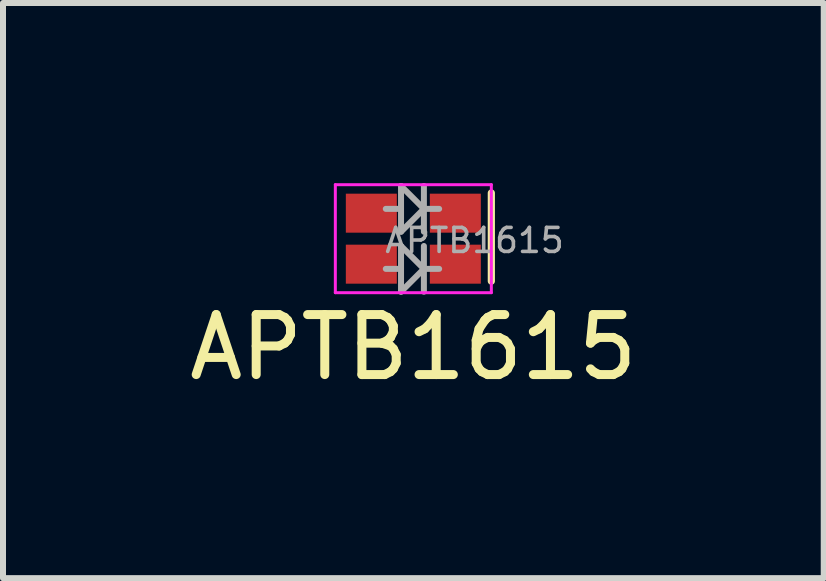
<source format=kicad_pcb>
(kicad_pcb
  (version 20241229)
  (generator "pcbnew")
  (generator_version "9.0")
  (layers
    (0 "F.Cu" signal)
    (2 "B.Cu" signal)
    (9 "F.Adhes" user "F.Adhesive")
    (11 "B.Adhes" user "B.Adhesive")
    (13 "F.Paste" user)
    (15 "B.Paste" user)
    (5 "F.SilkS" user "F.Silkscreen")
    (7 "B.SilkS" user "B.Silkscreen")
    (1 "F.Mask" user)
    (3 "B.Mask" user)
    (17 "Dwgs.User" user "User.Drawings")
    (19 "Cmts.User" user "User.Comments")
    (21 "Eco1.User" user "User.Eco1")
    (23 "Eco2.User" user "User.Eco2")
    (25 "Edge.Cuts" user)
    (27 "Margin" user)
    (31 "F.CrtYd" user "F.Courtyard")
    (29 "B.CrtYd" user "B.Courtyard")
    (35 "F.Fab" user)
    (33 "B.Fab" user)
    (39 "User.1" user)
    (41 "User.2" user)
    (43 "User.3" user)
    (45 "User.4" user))
  (footprint "APTB1615"
    (layer "F.Cu")
    (at 3.839 0.928)
    (property "Reference" "APTB1615" (at 0 1.81 0) (layer "F.SilkS") (effects (font (size 1 1) (thickness 0.15))))
    (attr smd)
    (fp_line (start 1.3 -0.762) (end 1.3 0.708) (stroke (width 0.12) (type solid)) (layer "F.SilkS"))
    (fp_line (start -1.3 -0.9) (end 1.3 -0.9) (stroke (width 0.05) (type solid)) (layer "F.CrtYd"))
    (fp_line (start -1.3 0.9) (end -1.3 -0.9) (stroke (width 0.05) (type solid)) (layer "F.CrtYd"))
    (fp_line (start 1.3 -0.9) (end 1.3 0.9) (stroke (width 0.05) (type solid)) (layer "F.CrtYd"))
    (fp_line (start 1.3 0.9) (end -1.3 0.9) (stroke (width 0.05) (type solid)) (layer "F.CrtYd"))
    (fp_line (start -0.459 -0.497) (end -0.205 -0.497) (stroke (width 0.1) (type solid)) (layer "F.Fab"))
    (fp_line (start -0.459 0.503) (end -0.205 0.503) (stroke (width 0.1) (type solid)) (layer "F.Fab"))
    (fp_line (start -0.205 -0.878) (end -0.205 -0.116) (stroke (width 0.1) (type solid)) (layer "F.Fab"))
    (fp_line (start -0.205 -0.116) (end 0.176 -0.497) (stroke (width 0.1) (type solid)) (layer "F.Fab"))
    (fp_line (start -0.205 0.122) (end -0.205 0.884) (stroke (width 0.1) (type solid)) (layer "F.Fab"))
    (fp_line (start -0.205 0.884) (end 0.176 0.503) (stroke (width 0.1) (type solid)) (layer "F.Fab"))
    (fp_line (start 0.176 -0.497) (end -0.205 -0.878) (stroke (width 0.1) (type solid)) (layer "F.Fab"))
    (fp_line (start 0.176 -0.497) (end 0.43 -0.497) (stroke (width 0.1) (type solid)) (layer "F.Fab"))
    (fp_line (start 0.176 -0.116) (end 0.176 -0.878) (stroke (width 0.1) (type solid)) (layer "F.Fab"))
    (fp_line (start 0.176 0.503) (end -0.205 0.122) (stroke (width 0.1) (type solid)) (layer "F.Fab"))
    (fp_line (start 0.176 0.503) (end 0.43 0.503) (stroke (width 0.1) (type solid)) (layer "F.Fab"))
    (fp_line (start 0.176 0.884) (end 0.176 0.122) (stroke (width 0.1) (type solid)) (layer "F.Fab"))
    (fp_text user "${REFERENCE}" (at 1.02 0.03 0) (layer "F.Fab") (effects (font (size 0.4 0.4) (thickness 0.06))))
    (pad "1" smd rect (at -0.7 -0.425) (size 0.85 0.65) (layers "F.Cu" "F.Mask" "F.Paste"))
    (pad "2" smd rect (at 0.7 -0.425) (size 0.85 0.65) (layers "F.Cu" "F.Mask" "F.Paste"))
    (pad "3" smd rect (at -0.7 0.425) (size 0.85 0.65) (layers "F.Cu" "F.Mask" "F.Paste"))
    (pad "4" smd rect (at 0.7 0.425) (size 0.85 0.65) (layers "F.Cu" "F.Mask" "F.Paste")))
  (gr_rect
    (start -3 -3)
    (end 10.679 6.586)
    (stroke (width 0.1) (type default))
    (fill no)
    (layer "Edge.Cuts")))
</source>
